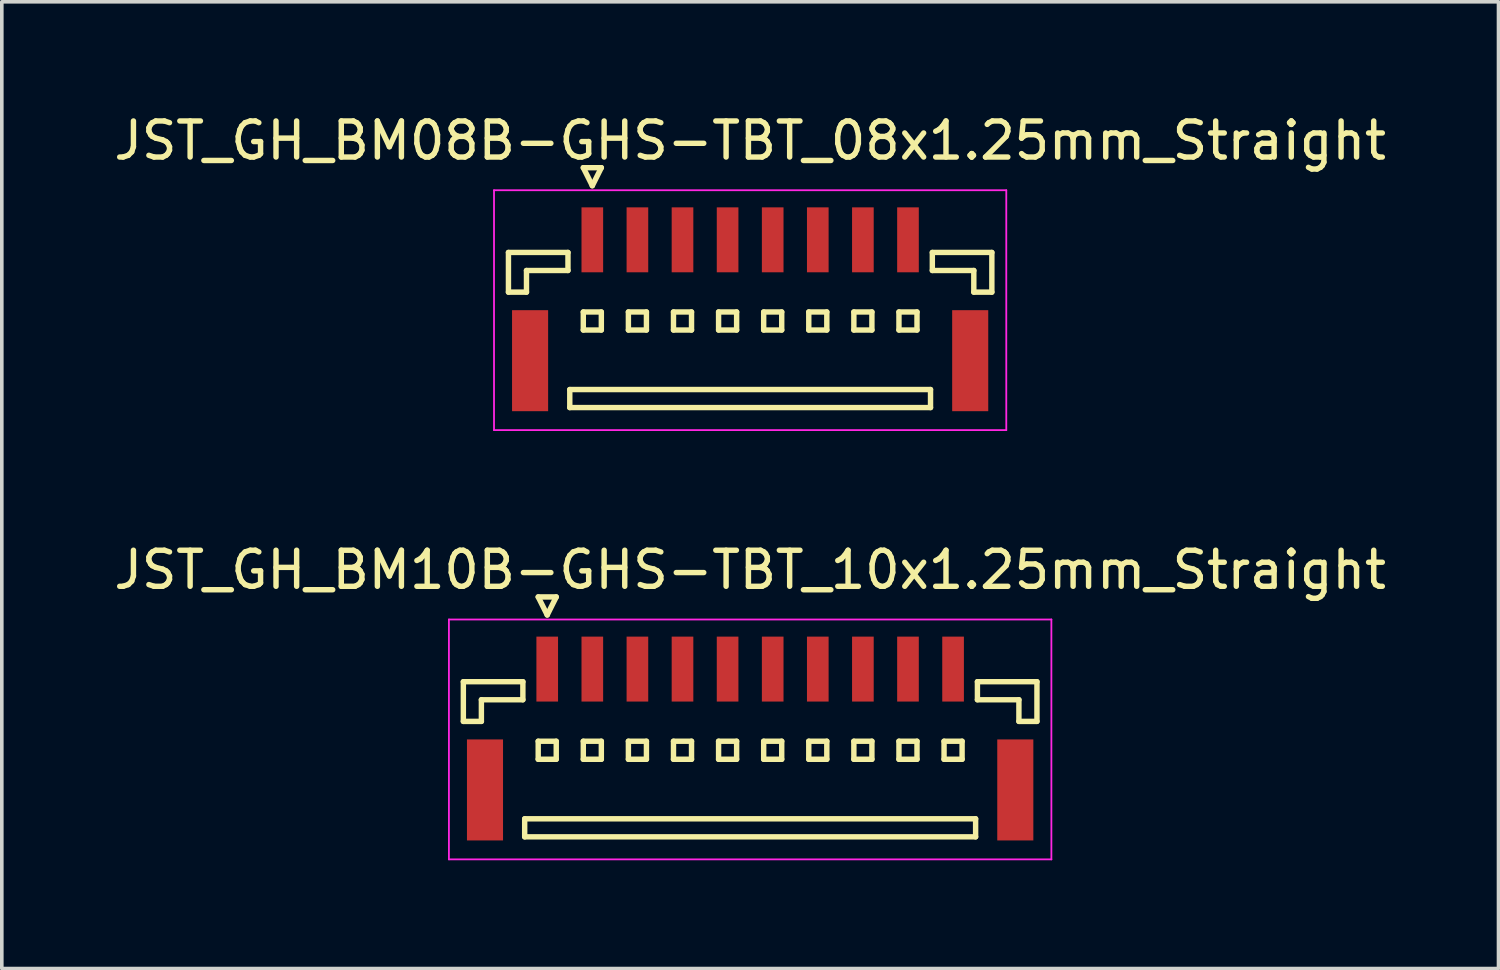
<source format=kicad_pcb>
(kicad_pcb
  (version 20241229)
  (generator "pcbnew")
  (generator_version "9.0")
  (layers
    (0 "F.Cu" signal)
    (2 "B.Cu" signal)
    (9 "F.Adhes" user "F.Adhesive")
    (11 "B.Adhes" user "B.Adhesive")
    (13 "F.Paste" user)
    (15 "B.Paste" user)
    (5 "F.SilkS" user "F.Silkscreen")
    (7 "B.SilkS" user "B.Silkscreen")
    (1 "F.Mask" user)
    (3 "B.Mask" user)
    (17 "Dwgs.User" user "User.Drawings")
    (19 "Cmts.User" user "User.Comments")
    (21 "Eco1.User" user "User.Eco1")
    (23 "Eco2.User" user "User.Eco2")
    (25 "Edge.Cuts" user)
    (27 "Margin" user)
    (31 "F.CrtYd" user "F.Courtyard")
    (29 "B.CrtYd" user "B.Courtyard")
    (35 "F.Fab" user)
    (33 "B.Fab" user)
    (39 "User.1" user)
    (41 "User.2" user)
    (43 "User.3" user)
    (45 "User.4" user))
  (footprint "JST_GH_BM08B-GHS-TBT_08x1.25mm_Straight"
    (layer "F.Cu")
    (at 17.744 5.273)
    (property "Reference" "JST_GH_BM08B-GHS-TBT_08x1.25mm_Straight" (at 0 -4.425 0) (layer "F.SilkS") (effects (font (size 1 1) (thickness 0.15))))
    (attr smd)
    (fp_line (start -6.7 -1.325) (end -5.05 -1.325) (stroke (width 0.15) (type solid)) (layer "F.SilkS"))
    (fp_line (start -6.7 -0.225) (end -6.7 -1.325) (stroke (width 0.15) (type solid)) (layer "F.SilkS"))
    (fp_line (start -6.2 -0.825) (end -6.2 -0.225) (stroke (width 0.15) (type solid)) (layer "F.SilkS"))
    (fp_line (start -6.2 -0.225) (end -6.7 -0.225) (stroke (width 0.15) (type solid)) (layer "F.SilkS"))
    (fp_line (start -5.05 -1.325) (end -5.05 -0.825) (stroke (width 0.15) (type solid)) (layer "F.SilkS"))
    (fp_line (start -5.05 -0.825) (end -6.2 -0.825) (stroke (width 0.15) (type solid)) (layer "F.SilkS"))
    (fp_line (start -5 2.475) (end -5 2.975) (stroke (width 0.15) (type solid)) (layer "F.SilkS"))
    (fp_line (start -5 2.975) (end 5 2.975) (stroke (width 0.15) (type solid)) (layer "F.SilkS"))
    (fp_line (start -4.625 -3.675) (end -4.125 -3.675) (stroke (width 0.15) (type solid)) (layer "F.SilkS"))
    (fp_line (start -4.625 0.325) (end -4.625 0.825) (stroke (width 0.15) (type solid)) (layer "F.SilkS"))
    (fp_line (start -4.625 0.825) (end -4.125 0.825) (stroke (width 0.15) (type solid)) (layer "F.SilkS"))
    (fp_line (start -4.375 -3.175) (end -4.625 -3.675) (stroke (width 0.15) (type solid)) (layer "F.SilkS"))
    (fp_line (start -4.125 -3.675) (end -4.375 -3.175) (stroke (width 0.15) (type solid)) (layer "F.SilkS"))
    (fp_line (start -4.125 0.325) (end -4.625 0.325) (stroke (width 0.15) (type solid)) (layer "F.SilkS"))
    (fp_line (start -4.125 0.825) (end -4.125 0.325) (stroke (width 0.15) (type solid)) (layer "F.SilkS"))
    (fp_line (start -3.375 0.325) (end -3.375 0.825) (stroke (width 0.15) (type solid)) (layer "F.SilkS"))
    (fp_line (start -3.375 0.825) (end -2.875 0.825) (stroke (width 0.15) (type solid)) (layer "F.SilkS"))
    (fp_line (start -2.875 0.325) (end -3.375 0.325) (stroke (width 0.15) (type solid)) (layer "F.SilkS"))
    (fp_line (start -2.875 0.825) (end -2.875 0.325) (stroke (width 0.15) (type solid)) (layer "F.SilkS"))
    (fp_line (start -2.125 0.325) (end -2.125 0.825) (stroke (width 0.15) (type solid)) (layer "F.SilkS"))
    (fp_line (start -2.125 0.825) (end -1.625 0.825) (stroke (width 0.15) (type solid)) (layer "F.SilkS"))
    (fp_line (start -1.625 0.325) (end -2.125 0.325) (stroke (width 0.15) (type solid)) (layer "F.SilkS"))
    (fp_line (start -1.625 0.825) (end -1.625 0.325) (stroke (width 0.15) (type solid)) (layer "F.SilkS"))
    (fp_line (start -0.875 0.325) (end -0.875 0.825) (stroke (width 0.15) (type solid)) (layer "F.SilkS"))
    (fp_line (start -0.875 0.825) (end -0.375 0.825) (stroke (width 0.15) (type solid)) (layer "F.SilkS"))
    (fp_line (start -0.375 0.325) (end -0.875 0.325) (stroke (width 0.15) (type solid)) (layer "F.SilkS"))
    (fp_line (start -0.375 0.825) (end -0.375 0.325) (stroke (width 0.15) (type solid)) (layer "F.SilkS"))
    (fp_line (start 0.375 0.325) (end 0.375 0.825) (stroke (width 0.15) (type solid)) (layer "F.SilkS"))
    (fp_line (start 0.375 0.825) (end 0.875 0.825) (stroke (width 0.15) (type solid)) (layer "F.SilkS"))
    (fp_line (start 0.875 0.325) (end 0.375 0.325) (stroke (width 0.15) (type solid)) (layer "F.SilkS"))
    (fp_line (start 0.875 0.825) (end 0.875 0.325) (stroke (width 0.15) (type solid)) (layer "F.SilkS"))
    (fp_line (start 1.625 0.325) (end 1.625 0.825) (stroke (width 0.15) (type solid)) (layer "F.SilkS"))
    (fp_line (start 1.625 0.825) (end 2.125 0.825) (stroke (width 0.15) (type solid)) (layer "F.SilkS"))
    (fp_line (start 2.125 0.325) (end 1.625 0.325) (stroke (width 0.15) (type solid)) (layer "F.SilkS"))
    (fp_line (start 2.125 0.825) (end 2.125 0.325) (stroke (width 0.15) (type solid)) (layer "F.SilkS"))
    (fp_line (start 2.875 0.325) (end 2.875 0.825) (stroke (width 0.15) (type solid)) (layer "F.SilkS"))
    (fp_line (start 2.875 0.825) (end 3.375 0.825) (stroke (width 0.15) (type solid)) (layer "F.SilkS"))
    (fp_line (start 3.375 0.325) (end 2.875 0.325) (stroke (width 0.15) (type solid)) (layer "F.SilkS"))
    (fp_line (start 3.375 0.825) (end 3.375 0.325) (stroke (width 0.15) (type solid)) (layer "F.SilkS"))
    (fp_line (start 4.125 0.325) (end 4.125 0.825) (stroke (width 0.15) (type solid)) (layer "F.SilkS"))
    (fp_line (start 4.125 0.825) (end 4.625 0.825) (stroke (width 0.15) (type solid)) (layer "F.SilkS"))
    (fp_line (start 4.625 0.325) (end 4.125 0.325) (stroke (width 0.15) (type solid)) (layer "F.SilkS"))
    (fp_line (start 4.625 0.825) (end 4.625 0.325) (stroke (width 0.15) (type solid)) (layer "F.SilkS"))
    (fp_line (start 5 2.475) (end -5 2.475) (stroke (width 0.15) (type solid)) (layer "F.SilkS"))
    (fp_line (start 5 2.975) (end 5 2.475) (stroke (width 0.15) (type solid)) (layer "F.SilkS"))
    (fp_line (start 5.05 -1.325) (end 5.05 -0.825) (stroke (width 0.15) (type solid)) (layer "F.SilkS"))
    (fp_line (start 5.05 -0.825) (end 6.2 -0.825) (stroke (width 0.15) (type solid)) (layer "F.SilkS"))
    (fp_line (start 6.2 -0.825) (end 6.2 -0.225) (stroke (width 0.15) (type solid)) (layer "F.SilkS"))
    (fp_line (start 6.2 -0.225) (end 6.7 -0.225) (stroke (width 0.15) (type solid)) (layer "F.SilkS"))
    (fp_line (start 6.7 -1.325) (end 5.05 -1.325) (stroke (width 0.15) (type solid)) (layer "F.SilkS"))
    (fp_line (start 6.7 -0.225) (end 6.7 -1.325) (stroke (width 0.15) (type solid)) (layer "F.SilkS"))
    (fp_line (start -7.1 -3.05) (end -7.1 3.6) (stroke (width 0.05) (type solid)) (layer "F.CrtYd"))
    (fp_line (start -7.1 3.6) (end 7.1 3.6) (stroke (width 0.05) (type solid)) (layer "F.CrtYd"))
    (fp_line (start 7.1 -3.05) (end -7.1 -3.05) (stroke (width 0.05) (type solid)) (layer "F.CrtYd"))
    (fp_line (start 7.1 3.6) (end 7.1 -3.05) (stroke (width 0.05) (type solid)) (layer "F.CrtYd"))
    (pad "" smd rect (at -6.1 1.675) (size 1 2.8) (layers "F.Cu" "F.Mask" "F.Paste"))
    (pad "" smd rect (at 6.1 1.675) (size 1 2.8) (layers "F.Cu" "F.Mask" "F.Paste"))
    (pad "1" smd rect (at -4.375 -1.675) (size 0.6 1.8) (layers "F.Cu" "F.Mask" "F.Paste"))
    (pad "2" smd rect (at -3.125 -1.675) (size 0.6 1.8) (layers "F.Cu" "F.Mask" "F.Paste"))
    (pad "3" smd rect (at -1.875 -1.675) (size 0.6 1.8) (layers "F.Cu" "F.Mask" "F.Paste"))
    (pad "4" smd rect (at -0.625 -1.675) (size 0.6 1.8) (layers "F.Cu" "F.Mask" "F.Paste"))
    (pad "5" smd rect (at 0.625 -1.675) (size 0.6 1.8) (layers "F.Cu" "F.Mask" "F.Paste"))
    (pad "6" smd rect (at 1.875 -1.675) (size 0.6 1.8) (layers "F.Cu" "F.Mask" "F.Paste"))
    (pad "7" smd rect (at 3.125 -1.675) (size 0.6 1.8) (layers "F.Cu" "F.Mask" "F.Paste"))
    (pad "8" smd rect (at 4.375 -1.675) (size 0.6 1.8) (layers "F.Cu" "F.Mask" "F.Paste")))
  (footprint "JST_GH_BM10B-GHS-TBT_10x1.25mm_Straight"
    (layer "F.Cu")
    (at 17.744 17.172)
    (property "Reference" "JST_GH_BM10B-GHS-TBT_10x1.25mm_Straight" (at 0 -4.425 0) (layer "F.SilkS") (effects (font (size 1 1) (thickness 0.15))))
    (attr smd)
    (fp_line (start -7.95 -1.325) (end -6.3 -1.325) (stroke (width 0.15) (type solid)) (layer "F.SilkS"))
    (fp_line (start -7.95 -0.225) (end -7.95 -1.325) (stroke (width 0.15) (type solid)) (layer "F.SilkS"))
    (fp_line (start -7.45 -0.825) (end -7.45 -0.225) (stroke (width 0.15) (type solid)) (layer "F.SilkS"))
    (fp_line (start -7.45 -0.225) (end -7.95 -0.225) (stroke (width 0.15) (type solid)) (layer "F.SilkS"))
    (fp_line (start -6.3 -1.325) (end -6.3 -0.825) (stroke (width 0.15) (type solid)) (layer "F.SilkS"))
    (fp_line (start -6.3 -0.825) (end -7.45 -0.825) (stroke (width 0.15) (type solid)) (layer "F.SilkS"))
    (fp_line (start -6.25 2.475) (end -6.25 2.975) (stroke (width 0.15) (type solid)) (layer "F.SilkS"))
    (fp_line (start -6.25 2.975) (end 6.25 2.975) (stroke (width 0.15) (type solid)) (layer "F.SilkS"))
    (fp_line (start -5.875 -3.675) (end -5.375 -3.675) (stroke (width 0.15) (type solid)) (layer "F.SilkS"))
    (fp_line (start -5.875 0.325) (end -5.875 0.825) (stroke (width 0.15) (type solid)) (layer "F.SilkS"))
    (fp_line (start -5.875 0.825) (end -5.375 0.825) (stroke (width 0.15) (type solid)) (layer "F.SilkS"))
    (fp_line (start -5.625 -3.175) (end -5.875 -3.675) (stroke (width 0.15) (type solid)) (layer "F.SilkS"))
    (fp_line (start -5.375 -3.675) (end -5.625 -3.175) (stroke (width 0.15) (type solid)) (layer "F.SilkS"))
    (fp_line (start -5.375 0.325) (end -5.875 0.325) (stroke (width 0.15) (type solid)) (layer "F.SilkS"))
    (fp_line (start -5.375 0.825) (end -5.375 0.325) (stroke (width 0.15) (type solid)) (layer "F.SilkS"))
    (fp_line (start -4.625 0.325) (end -4.625 0.825) (stroke (width 0.15) (type solid)) (layer "F.SilkS"))
    (fp_line (start -4.625 0.825) (end -4.125 0.825) (stroke (width 0.15) (type solid)) (layer "F.SilkS"))
    (fp_line (start -4.125 0.325) (end -4.625 0.325) (stroke (width 0.15) (type solid)) (layer "F.SilkS"))
    (fp_line (start -4.125 0.825) (end -4.125 0.325) (stroke (width 0.15) (type solid)) (layer "F.SilkS"))
    (fp_line (start -3.375 0.325) (end -3.375 0.825) (stroke (width 0.15) (type solid)) (layer "F.SilkS"))
    (fp_line (start -3.375 0.825) (end -2.875 0.825) (stroke (width 0.15) (type solid)) (layer "F.SilkS"))
    (fp_line (start -2.875 0.325) (end -3.375 0.325) (stroke (width 0.15) (type solid)) (layer "F.SilkS"))
    (fp_line (start -2.875 0.825) (end -2.875 0.325) (stroke (width 0.15) (type solid)) (layer "F.SilkS"))
    (fp_line (start -2.125 0.325) (end -2.125 0.825) (stroke (width 0.15) (type solid)) (layer "F.SilkS"))
    (fp_line (start -2.125 0.825) (end -1.625 0.825) (stroke (width 0.15) (type solid)) (layer "F.SilkS"))
    (fp_line (start -1.625 0.325) (end -2.125 0.325) (stroke (width 0.15) (type solid)) (layer "F.SilkS"))
    (fp_line (start -1.625 0.825) (end -1.625 0.325) (stroke (width 0.15) (type solid)) (layer "F.SilkS"))
    (fp_line (start -0.875 0.325) (end -0.875 0.825) (stroke (width 0.15) (type solid)) (layer "F.SilkS"))
    (fp_line (start -0.875 0.825) (end -0.375 0.825) (stroke (width 0.15) (type solid)) (layer "F.SilkS"))
    (fp_line (start -0.375 0.325) (end -0.875 0.325) (stroke (width 0.15) (type solid)) (layer "F.SilkS"))
    (fp_line (start -0.375 0.825) (end -0.375 0.325) (stroke (width 0.15) (type solid)) (layer "F.SilkS"))
    (fp_line (start 0.375 0.325) (end 0.375 0.825) (stroke (width 0.15) (type solid)) (layer "F.SilkS"))
    (fp_line (start 0.375 0.825) (end 0.875 0.825) (stroke (width 0.15) (type solid)) (layer "F.SilkS"))
    (fp_line (start 0.875 0.325) (end 0.375 0.325) (stroke (width 0.15) (type solid)) (layer "F.SilkS"))
    (fp_line (start 0.875 0.825) (end 0.875 0.325) (stroke (width 0.15) (type solid)) (layer "F.SilkS"))
    (fp_line (start 1.625 0.325) (end 1.625 0.825) (stroke (width 0.15) (type solid)) (layer "F.SilkS"))
    (fp_line (start 1.625 0.825) (end 2.125 0.825) (stroke (width 0.15) (type solid)) (layer "F.SilkS"))
    (fp_line (start 2.125 0.325) (end 1.625 0.325) (stroke (width 0.15) (type solid)) (layer "F.SilkS"))
    (fp_line (start 2.125 0.825) (end 2.125 0.325) (stroke (width 0.15) (type solid)) (layer "F.SilkS"))
    (fp_line (start 2.875 0.325) (end 2.875 0.825) (stroke (width 0.15) (type solid)) (layer "F.SilkS"))
    (fp_line (start 2.875 0.825) (end 3.375 0.825) (stroke (width 0.15) (type solid)) (layer "F.SilkS"))
    (fp_line (start 3.375 0.325) (end 2.875 0.325) (stroke (width 0.15) (type solid)) (layer "F.SilkS"))
    (fp_line (start 3.375 0.825) (end 3.375 0.325) (stroke (width 0.15) (type solid)) (layer "F.SilkS"))
    (fp_line (start 4.125 0.325) (end 4.125 0.825) (stroke (width 0.15) (type solid)) (layer "F.SilkS"))
    (fp_line (start 4.125 0.825) (end 4.625 0.825) (stroke (width 0.15) (type solid)) (layer "F.SilkS"))
    (fp_line (start 4.625 0.325) (end 4.125 0.325) (stroke (width 0.15) (type solid)) (layer "F.SilkS"))
    (fp_line (start 4.625 0.825) (end 4.625 0.325) (stroke (width 0.15) (type solid)) (layer "F.SilkS"))
    (fp_line (start 5.375 0.325) (end 5.375 0.825) (stroke (width 0.15) (type solid)) (layer "F.SilkS"))
    (fp_line (start 5.375 0.825) (end 5.875 0.825) (stroke (width 0.15) (type solid)) (layer "F.SilkS"))
    (fp_line (start 5.875 0.325) (end 5.375 0.325) (stroke (width 0.15) (type solid)) (layer "F.SilkS"))
    (fp_line (start 5.875 0.825) (end 5.875 0.325) (stroke (width 0.15) (type solid)) (layer "F.SilkS"))
    (fp_line (start 6.25 2.475) (end -6.25 2.475) (stroke (width 0.15) (type solid)) (layer "F.SilkS"))
    (fp_line (start 6.25 2.975) (end 6.25 2.475) (stroke (width 0.15) (type solid)) (layer "F.SilkS"))
    (fp_line (start 6.3 -1.325) (end 6.3 -0.825) (stroke (width 0.15) (type solid)) (layer "F.SilkS"))
    (fp_line (start 6.3 -0.825) (end 7.45 -0.825) (stroke (width 0.15) (type solid)) (layer "F.SilkS"))
    (fp_line (start 7.45 -0.825) (end 7.45 -0.225) (stroke (width 0.15) (type solid)) (layer "F.SilkS"))
    (fp_line (start 7.45 -0.225) (end 7.95 -0.225) (stroke (width 0.15) (type solid)) (layer "F.SilkS"))
    (fp_line (start 7.95 -1.325) (end 6.3 -1.325) (stroke (width 0.15) (type solid)) (layer "F.SilkS"))
    (fp_line (start 7.95 -0.225) (end 7.95 -1.325) (stroke (width 0.15) (type solid)) (layer "F.SilkS"))
    (fp_line (start -8.35 -3.05) (end -8.35 3.6) (stroke (width 0.05) (type solid)) (layer "F.CrtYd"))
    (fp_line (start -8.35 3.6) (end 8.35 3.6) (stroke (width 0.05) (type solid)) (layer "F.CrtYd"))
    (fp_line (start 8.35 -3.05) (end -8.35 -3.05) (stroke (width 0.05) (type solid)) (layer "F.CrtYd"))
    (fp_line (start 8.35 3.6) (end 8.35 -3.05) (stroke (width 0.05) (type solid)) (layer "F.CrtYd"))
    (pad "" smd rect (at -7.35 1.675) (size 1 2.8) (layers "F.Cu" "F.Mask" "F.Paste"))
    (pad "" smd rect (at 7.35 1.675) (size 1 2.8) (layers "F.Cu" "F.Mask" "F.Paste"))
    (pad "1" smd rect (at -5.625 -1.675) (size 0.6 1.8) (layers "F.Cu" "F.Mask" "F.Paste"))
    (pad "2" smd rect (at -4.375 -1.675) (size 0.6 1.8) (layers "F.Cu" "F.Mask" "F.Paste"))
    (pad "3" smd rect (at -3.125 -1.675) (size 0.6 1.8) (layers "F.Cu" "F.Mask" "F.Paste"))
    (pad "4" smd rect (at -1.875 -1.675) (size 0.6 1.8) (layers "F.Cu" "F.Mask" "F.Paste"))
    (pad "5" smd rect (at -0.625 -1.675) (size 0.6 1.8) (layers "F.Cu" "F.Mask" "F.Paste"))
    (pad "6" smd rect (at 0.625 -1.675) (size 0.6 1.8) (layers "F.Cu" "F.Mask" "F.Paste"))
    (pad "7" smd rect (at 1.875 -1.675) (size 0.6 1.8) (layers "F.Cu" "F.Mask" "F.Paste"))
    (pad "8" smd rect (at 3.125 -1.675) (size 0.6 1.8) (layers "F.Cu" "F.Mask" "F.Paste"))
    (pad "9" smd rect (at 4.375 -1.675) (size 0.6 1.8) (layers "F.Cu" "F.Mask" "F.Paste"))
    (pad "10" smd rect (at 5.625 -1.675) (size 0.6 1.8) (layers "F.Cu" "F.Mask" "F.Paste")))
  (gr_rect
    (start -3 -3)
    (end 38.488 23.797)
    (stroke (width 0.1) (type default))
    (fill no)
    (layer "Edge.Cuts")))
</source>
